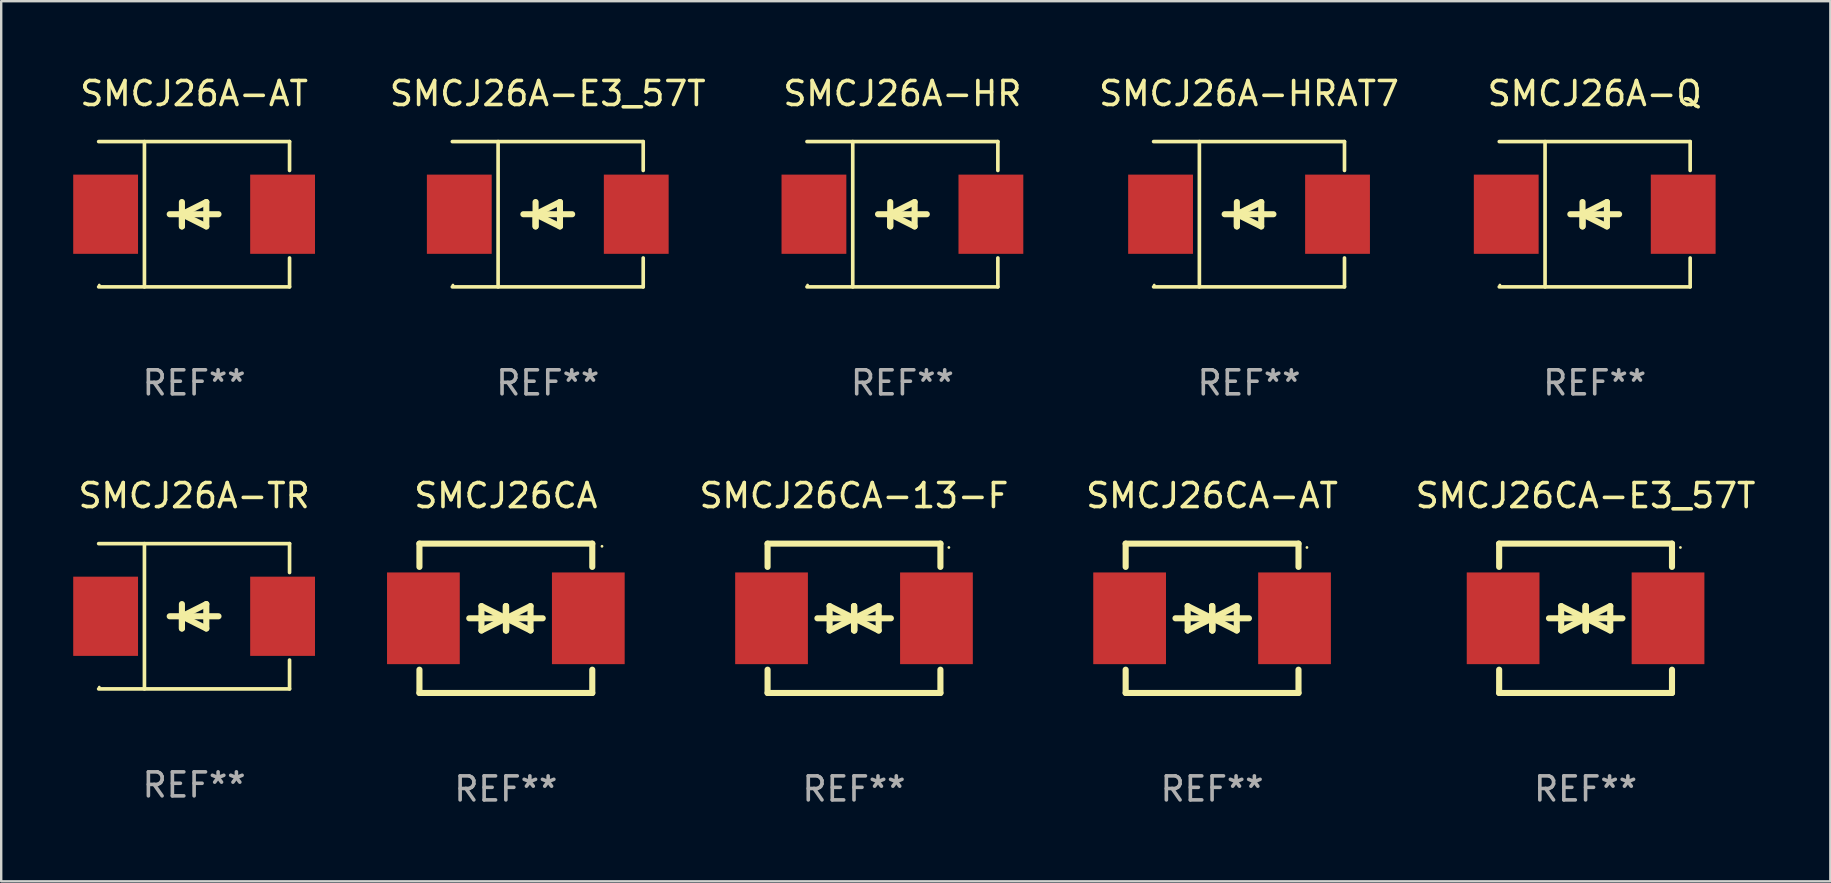
<source format=kicad_pcb>
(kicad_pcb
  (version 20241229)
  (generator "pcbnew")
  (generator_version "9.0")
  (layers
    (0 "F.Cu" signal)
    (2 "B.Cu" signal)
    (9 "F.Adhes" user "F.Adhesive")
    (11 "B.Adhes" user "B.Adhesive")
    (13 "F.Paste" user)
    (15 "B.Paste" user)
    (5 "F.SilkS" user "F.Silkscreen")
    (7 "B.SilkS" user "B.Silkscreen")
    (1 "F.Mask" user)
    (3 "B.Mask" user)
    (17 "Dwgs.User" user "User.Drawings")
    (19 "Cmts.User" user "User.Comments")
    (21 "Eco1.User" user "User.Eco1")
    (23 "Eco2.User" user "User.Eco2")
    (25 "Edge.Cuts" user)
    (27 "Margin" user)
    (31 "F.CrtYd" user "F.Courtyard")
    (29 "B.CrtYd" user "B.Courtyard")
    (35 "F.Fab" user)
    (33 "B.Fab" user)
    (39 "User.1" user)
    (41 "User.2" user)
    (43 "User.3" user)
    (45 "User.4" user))
  (footprint "SMCJ26CA-E3_57T"
    (layer "F.Cu")
    (at 63.002 22.707)
    (property "Reference" "SMCJ26CA-E3_57T" (at 0 -5.11 0) (layer "F.SilkS") (effects (font (size 1 1) (thickness 0.15))))
    (attr through_hole)
    (fp_line (start -3.6 -2.141) (end -3.6 -3.11) (stroke (width 0.254) (type solid)) (layer "F.SilkS"))
    (fp_line (start -3.6 3.11) (end -3.6 2.141) (stroke (width 0.254) (type solid)) (layer "F.SilkS"))
    (fp_line (start -1.524 0) (end 0.508 0) (stroke (width 0.254) (type solid)) (layer "F.SilkS"))
    (fp_line (start -1.016 -0.508) (end -1.016 0.508) (stroke (width 0.254) (type solid)) (layer "F.SilkS"))
    (fp_line (start -1.016 0.508) (end 0 0) (stroke (width 0.254) (type solid)) (layer "F.SilkS"))
    (fp_line (start 0 -0.508) (end 0 0.508) (stroke (width 0.254) (type solid)) (layer "F.SilkS"))
    (fp_line (start 0 0) (end -1.016 -0.508) (stroke (width 0.254) (type solid)) (layer "F.SilkS"))
    (fp_line (start 0 0) (end 0 -0.508) (stroke (width 0.254) (type solid)) (layer "F.SilkS"))
    (fp_line (start 0.012 0) (end 0.012 0.508) (stroke (width 0.254) (type solid)) (layer "F.SilkS"))
    (fp_line (start 0.012 0) (end 1.028 0.508) (stroke (width 0.254) (type solid)) (layer "F.SilkS"))
    (fp_line (start 0.012 0.508) (end 0.012 -0.508) (stroke (width 0.254) (type solid)) (layer "F.SilkS"))
    (fp_line (start 1.028 -0.508) (end 0.012 0) (stroke (width 0.254) (type solid)) (layer "F.SilkS"))
    (fp_line (start 1.028 0.508) (end 1.028 -0.508) (stroke (width 0.254) (type solid)) (layer "F.SilkS"))
    (fp_line (start 1.536 0) (end -0.496 0) (stroke (width 0.254) (type solid)) (layer "F.SilkS"))
    (fp_line (start 3.6 -3.11) (end -3.6 -3.11) (stroke (width 0.254) (type solid)) (layer "F.SilkS"))
    (fp_line (start 3.6 -2.141) (end 3.6 -3.11) (stroke (width 0.254) (type solid)) (layer "F.SilkS"))
    (fp_line (start 3.6 3.11) (end -3.6 3.11) (stroke (width 0.254) (type solid)) (layer "F.SilkS"))
    (fp_line (start 3.6 3.11) (end 3.6 2.141) (stroke (width 0.254) (type solid)) (layer "F.SilkS"))
    (fp_circle (center 3.952 -2.95) (end 3.982 -2.95) (stroke (width 0.06) (type solid)) (fill no) (layer "F.SilkS"))
    (fp_text user "REF**" (at 0 7.11 0) (layer "F.Fab") (effects (font (size 1 1) (thickness 0.15))))
    (pad "1" smd rect (at 3.435 0) (size 3.03 3.82) (layers "F.Cu" "F.Mask" "F.Paste"))
    (pad "2" smd rect (at -3.435 0) (size 3.03 3.82) (layers "F.Cu" "F.Mask" "F.Paste")))
  (footprint "SMCJ26CA"
    (layer "F.Cu")
    (at 18.023 22.707)
    (property "Reference" "SMCJ26CA" (at 0 -5.11 0) (layer "F.SilkS") (effects (font (size 1 1) (thickness 0.15))))
    (attr through_hole)
    (fp_line (start -3.6 -2.141) (end -3.6 -3.11) (stroke (width 0.254) (type solid)) (layer "F.SilkS"))
    (fp_line (start -3.6 3.11) (end -3.6 2.141) (stroke (width 0.254) (type solid)) (layer "F.SilkS"))
    (fp_line (start -1.524 0) (end 0.508 0) (stroke (width 0.254) (type solid)) (layer "F.SilkS"))
    (fp_line (start -1.016 -0.508) (end -1.016 0.508) (stroke (width 0.254) (type solid)) (layer "F.SilkS"))
    (fp_line (start -1.016 0.508) (end 0 0) (stroke (width 0.254) (type solid)) (layer "F.SilkS"))
    (fp_line (start 0 -0.508) (end 0 0.508) (stroke (width 0.254) (type solid)) (layer "F.SilkS"))
    (fp_line (start 0 0) (end -1.016 -0.508) (stroke (width 0.254) (type solid)) (layer "F.SilkS"))
    (fp_line (start 0 0) (end 0 -0.508) (stroke (width 0.254) (type solid)) (layer "F.SilkS"))
    (fp_line (start 0.012 0) (end 0.012 0.508) (stroke (width 0.254) (type solid)) (layer "F.SilkS"))
    (fp_line (start 0.012 0) (end 1.028 0.508) (stroke (width 0.254) (type solid)) (layer "F.SilkS"))
    (fp_line (start 0.012 0.508) (end 0.012 -0.508) (stroke (width 0.254) (type solid)) (layer "F.SilkS"))
    (fp_line (start 1.028 -0.508) (end 0.012 0) (stroke (width 0.254) (type solid)) (layer "F.SilkS"))
    (fp_line (start 1.028 0.508) (end 1.028 -0.508) (stroke (width 0.254) (type solid)) (layer "F.SilkS"))
    (fp_line (start 1.536 0) (end -0.496 0) (stroke (width 0.254) (type solid)) (layer "F.SilkS"))
    (fp_line (start 3.6 -3.11) (end -3.6 -3.11) (stroke (width 0.254) (type solid)) (layer "F.SilkS"))
    (fp_line (start 3.6 -2.141) (end 3.6 -3.11) (stroke (width 0.254) (type solid)) (layer "F.SilkS"))
    (fp_line (start 3.6 3.11) (end -3.6 3.11) (stroke (width 0.254) (type solid)) (layer "F.SilkS"))
    (fp_line (start 3.6 3.11) (end 3.6 2.141) (stroke (width 0.254) (type solid)) (layer "F.SilkS"))
    (fp_circle (center 4.005 -3) (end 4.035 -3) (stroke (width 0.06) (type solid)) (fill no) (layer "F.SilkS"))
    (fp_text user "REF**" (at 0 7.11 0) (layer "F.Fab") (effects (font (size 1 1) (thickness 0.15))))
    (pad "1" smd rect (at 3.435 0) (size 3.03 3.82) (layers "F.Cu" "F.Mask" "F.Paste"))
    (pad "2" smd rect (at -3.435 0) (size 3.03 3.82) (layers "F.Cu" "F.Mask" "F.Paste")))
  (footprint "SMCJ26A-TR"
    (layer "F.Cu")
    (at 5.036 22.623)
    (property "Reference" "SMCJ26A-TR" (at 0 -5.026 0) (layer "F.SilkS") (effects (font (size 1 1) (thickness 0.15))))
    (attr through_hole)
    (fp_line (start -3.976 -3.026) (end 3.976 -3.026) (stroke (width 0.152) (type solid)) (layer "F.SilkS"))
    (fp_line (start -3.976 3.026) (end 3.976 3.026) (stroke (width 0.152) (type solid)) (layer "F.SilkS"))
    (fp_line (start -2.069 -3.026) (end -2.069 3.026) (stroke (width 0.152) (type solid)) (layer "F.SilkS"))
    (fp_line (start -0.508 0) (end -0.508 0.508) (stroke (width 0.254) (type solid)) (layer "F.SilkS"))
    (fp_line (start -0.508 0) (end 0.508 0.508) (stroke (width 0.254) (type solid)) (layer "F.SilkS"))
    (fp_line (start -0.508 0.508) (end -0.508 -0.508) (stroke (width 0.254) (type solid)) (layer "F.SilkS"))
    (fp_line (start 0.508 -0.508) (end -0.508 0) (stroke (width 0.254) (type solid)) (layer "F.SilkS"))
    (fp_line (start 0.508 0.508) (end 0.508 -0.508) (stroke (width 0.254) (type solid)) (layer "F.SilkS"))
    (fp_line (start 1.016 0) (end -1.016 0) (stroke (width 0.254) (type solid)) (layer "F.SilkS"))
    (fp_line (start 3.976 -3.026) (end 3.976 -1.823) (stroke (width 0.152) (type solid)) (layer "F.SilkS"))
    (fp_line (start 3.976 3.026) (end 3.976 1.823) (stroke (width 0.152) (type solid)) (layer "F.SilkS"))
    (fp_circle (center -3.95 2.95) (end -3.92 2.95) (stroke (width 0.06) (type solid)) (fill no) (layer "F.SilkS"))
    (fp_text user "REF**" (at 0 7.026 0) (layer "F.Fab") (effects (font (size 1 1) (thickness 0.15))))
    (pad "1" smd rect (at -3.686 0) (size 2.7 3.3) (layers "F.Cu" "F.Mask" "F.Paste"))
    (pad "2" smd rect (at 3.686 0) (size 2.7 3.3) (layers "F.Cu" "F.Mask" "F.Paste")))
  (footprint "SMCJ26CA-AT"
    (layer "F.Cu")
    (at 47.443 22.707)
    (property "Reference" "SMCJ26CA-AT" (at 0 -5.11 0) (layer "F.SilkS") (effects (font (size 1 1) (thickness 0.15))))
    (attr through_hole)
    (fp_line (start -3.6 -2.141) (end -3.6 -3.11) (stroke (width 0.254) (type solid)) (layer "F.SilkS"))
    (fp_line (start -3.6 3.11) (end -3.6 2.141) (stroke (width 0.254) (type solid)) (layer "F.SilkS"))
    (fp_line (start -1.524 0) (end 0.508 0) (stroke (width 0.254) (type solid)) (layer "F.SilkS"))
    (fp_line (start -1.016 -0.508) (end -1.016 0.508) (stroke (width 0.254) (type solid)) (layer "F.SilkS"))
    (fp_line (start -1.016 0.508) (end 0 0) (stroke (width 0.254) (type solid)) (layer "F.SilkS"))
    (fp_line (start 0 -0.508) (end 0 0.508) (stroke (width 0.254) (type solid)) (layer "F.SilkS"))
    (fp_line (start 0 0) (end -1.016 -0.508) (stroke (width 0.254) (type solid)) (layer "F.SilkS"))
    (fp_line (start 0 0) (end 0 -0.508) (stroke (width 0.254) (type solid)) (layer "F.SilkS"))
    (fp_line (start 0.012 0) (end 0.012 0.508) (stroke (width 0.254) (type solid)) (layer "F.SilkS"))
    (fp_line (start 0.012 0) (end 1.028 0.508) (stroke (width 0.254) (type solid)) (layer "F.SilkS"))
    (fp_line (start 0.012 0.508) (end 0.012 -0.508) (stroke (width 0.254) (type solid)) (layer "F.SilkS"))
    (fp_line (start 1.028 -0.508) (end 0.012 0) (stroke (width 0.254) (type solid)) (layer "F.SilkS"))
    (fp_line (start 1.028 0.508) (end 1.028 -0.508) (stroke (width 0.254) (type solid)) (layer "F.SilkS"))
    (fp_line (start 1.536 0) (end -0.496 0) (stroke (width 0.254) (type solid)) (layer "F.SilkS"))
    (fp_line (start 3.6 -3.11) (end -3.6 -3.11) (stroke (width 0.254) (type solid)) (layer "F.SilkS"))
    (fp_line (start 3.6 -2.141) (end 3.6 -3.11) (stroke (width 0.254) (type solid)) (layer "F.SilkS"))
    (fp_line (start 3.6 3.11) (end -3.6 3.11) (stroke (width 0.254) (type solid)) (layer "F.SilkS"))
    (fp_line (start 3.6 3.11) (end 3.6 2.141) (stroke (width 0.254) (type solid)) (layer "F.SilkS"))
    (fp_circle (center 3.952 -2.95) (end 3.982 -2.95) (stroke (width 0.06) (type solid)) (fill no) (layer "F.SilkS"))
    (fp_text user "REF**" (at 0 7.11 0) (layer "F.Fab") (effects (font (size 1 1) (thickness 0.15))))
    (pad "1" smd rect (at 3.435 0) (size 3.03 3.82) (layers "F.Cu" "F.Mask" "F.Paste"))
    (pad "2" smd rect (at -3.435 0) (size 3.03 3.82) (layers "F.Cu" "F.Mask" "F.Paste")))
  (footprint "SMCJ26A-AT"
    (layer "F.Cu")
    (at 5.036 5.874)
    (property "Reference" "SMCJ26A-AT" (at 0 -5.026 0) (layer "F.SilkS") (effects (font (size 1 1) (thickness 0.15))))
    (attr through_hole)
    (fp_line (start -3.976 -3.026) (end 3.976 -3.026) (stroke (width 0.152) (type solid)) (layer "F.SilkS"))
    (fp_line (start -3.976 3.026) (end 3.976 3.026) (stroke (width 0.152) (type solid)) (layer "F.SilkS"))
    (fp_line (start -2.069 -3.026) (end -2.069 3.026) (stroke (width 0.152) (type solid)) (layer "F.SilkS"))
    (fp_line (start -0.508 0) (end -0.508 0.508) (stroke (width 0.254) (type solid)) (layer "F.SilkS"))
    (fp_line (start -0.508 0) (end 0.508 0.508) (stroke (width 0.254) (type solid)) (layer "F.SilkS"))
    (fp_line (start -0.508 0.508) (end -0.508 -0.508) (stroke (width 0.254) (type solid)) (layer "F.SilkS"))
    (fp_line (start 0.508 -0.508) (end -0.508 0) (stroke (width 0.254) (type solid)) (layer "F.SilkS"))
    (fp_line (start 0.508 0.508) (end 0.508 -0.508) (stroke (width 0.254) (type solid)) (layer "F.SilkS"))
    (fp_line (start 1.016 0) (end -1.016 0) (stroke (width 0.254) (type solid)) (layer "F.SilkS"))
    (fp_line (start 3.976 -3.026) (end 3.976 -1.823) (stroke (width 0.152) (type solid)) (layer "F.SilkS"))
    (fp_line (start 3.976 3.026) (end 3.976 1.823) (stroke (width 0.152) (type solid)) (layer "F.SilkS"))
    (fp_circle (center -3.95 2.95) (end -3.92 2.95) (stroke (width 0.06) (type solid)) (fill no) (layer "F.SilkS"))
    (fp_text user "REF**" (at 0 7.026 0) (layer "F.Fab") (effects (font (size 1 1) (thickness 0.15))))
    (pad "1" smd rect (at -3.686 0) (size 2.7 3.3) (layers "F.Cu" "F.Mask" "F.Paste"))
    (pad "2" smd rect (at 3.686 0) (size 2.7 3.3) (layers "F.Cu" "F.Mask" "F.Paste")))
  (footprint "SMCJ26A-Q"
    (layer "F.Cu")
    (at 63.383 5.874)
    (property "Reference" "SMCJ26A-Q" (at 0 -5.026 0) (layer "F.SilkS") (effects (font (size 1 1) (thickness 0.15))))
    (attr through_hole)
    (fp_line (start -3.976 -3.026) (end 3.976 -3.026) (stroke (width 0.152) (type solid)) (layer "F.SilkS"))
    (fp_line (start -3.976 3.026) (end 3.976 3.026) (stroke (width 0.152) (type solid)) (layer "F.SilkS"))
    (fp_line (start -2.069 -3.026) (end -2.069 3.026) (stroke (width 0.152) (type solid)) (layer "F.SilkS"))
    (fp_line (start -0.508 0) (end -0.508 0.508) (stroke (width 0.254) (type solid)) (layer "F.SilkS"))
    (fp_line (start -0.508 0) (end 0.508 0.508) (stroke (width 0.254) (type solid)) (layer "F.SilkS"))
    (fp_line (start -0.508 0.508) (end -0.508 -0.508) (stroke (width 0.254) (type solid)) (layer "F.SilkS"))
    (fp_line (start 0.508 -0.508) (end -0.508 0) (stroke (width 0.254) (type solid)) (layer "F.SilkS"))
    (fp_line (start 0.508 0.508) (end 0.508 -0.508) (stroke (width 0.254) (type solid)) (layer "F.SilkS"))
    (fp_line (start 1.016 0) (end -1.016 0) (stroke (width 0.254) (type solid)) (layer "F.SilkS"))
    (fp_line (start 3.976 -3.026) (end 3.976 -1.823) (stroke (width 0.152) (type solid)) (layer "F.SilkS"))
    (fp_line (start 3.976 3.026) (end 3.976 1.823) (stroke (width 0.152) (type solid)) (layer "F.SilkS"))
    (fp_circle (center -3.95 2.95) (end -3.92 2.95) (stroke (width 0.06) (type solid)) (fill no) (layer "F.SilkS"))
    (fp_text user "REF**" (at 0 7.026 0) (layer "F.Fab") (effects (font (size 1 1) (thickness 0.15))))
    (pad "1" smd rect (at -3.686 0) (size 2.7 3.3) (layers "F.Cu" "F.Mask" "F.Paste"))
    (pad "2" smd rect (at 3.686 0) (size 2.7 3.3) (layers "F.Cu" "F.Mask" "F.Paste")))
  (footprint "SMCJ26CA-13-F"
    (layer "F.Cu")
    (at 32.526 22.707)
    (property "Reference" "SMCJ26CA-13-F" (at 0 -5.11 0) (layer "F.SilkS") (effects (font (size 1 1) (thickness 0.15))))
    (attr through_hole)
    (fp_line (start -3.6 -2.141) (end -3.6 -3.11) (stroke (width 0.254) (type solid)) (layer "F.SilkS"))
    (fp_line (start -3.6 3.11) (end -3.6 2.141) (stroke (width 0.254) (type solid)) (layer "F.SilkS"))
    (fp_line (start -1.524 0) (end 0.508 0) (stroke (width 0.254) (type solid)) (layer "F.SilkS"))
    (fp_line (start -1.016 -0.508) (end -1.016 0.508) (stroke (width 0.254) (type solid)) (layer "F.SilkS"))
    (fp_line (start -1.016 0.508) (end 0 0) (stroke (width 0.254) (type solid)) (layer "F.SilkS"))
    (fp_line (start 0 -0.508) (end 0 0.508) (stroke (width 0.254) (type solid)) (layer "F.SilkS"))
    (fp_line (start 0 0) (end -1.016 -0.508) (stroke (width 0.254) (type solid)) (layer "F.SilkS"))
    (fp_line (start 0 0) (end 0 -0.508) (stroke (width 0.254) (type solid)) (layer "F.SilkS"))
    (fp_line (start 0.012 0) (end 0.012 0.508) (stroke (width 0.254) (type solid)) (layer "F.SilkS"))
    (fp_line (start 0.012 0) (end 1.028 0.508) (stroke (width 0.254) (type solid)) (layer "F.SilkS"))
    (fp_line (start 0.012 0.508) (end 0.012 -0.508) (stroke (width 0.254) (type solid)) (layer "F.SilkS"))
    (fp_line (start 1.028 -0.508) (end 0.012 0) (stroke (width 0.254) (type solid)) (layer "F.SilkS"))
    (fp_line (start 1.028 0.508) (end 1.028 -0.508) (stroke (width 0.254) (type solid)) (layer "F.SilkS"))
    (fp_line (start 1.536 0) (end -0.496 0) (stroke (width 0.254) (type solid)) (layer "F.SilkS"))
    (fp_line (start 3.6 -3.11) (end -3.6 -3.11) (stroke (width 0.254) (type solid)) (layer "F.SilkS"))
    (fp_line (start 3.6 -2.141) (end 3.6 -3.11) (stroke (width 0.254) (type solid)) (layer "F.SilkS"))
    (fp_line (start 3.6 3.11) (end -3.6 3.11) (stroke (width 0.254) (type solid)) (layer "F.SilkS"))
    (fp_line (start 3.6 3.11) (end 3.6 2.141) (stroke (width 0.254) (type solid)) (layer "F.SilkS"))
    (fp_circle (center 3.952 -2.95) (end 3.982 -2.95) (stroke (width 0.06) (type solid)) (fill no) (layer "F.SilkS"))
    (fp_text user "REF**" (at 0 7.11 0) (layer "F.Fab") (effects (font (size 1 1) (thickness 0.15))))
    (pad "1" smd rect (at 3.435 0) (size 3.03 3.82) (layers "F.Cu" "F.Mask" "F.Paste"))
    (pad "2" smd rect (at -3.435 0) (size 3.03 3.82) (layers "F.Cu" "F.Mask" "F.Paste")))
  (footprint "SMCJ26A-HR"
    (layer "F.Cu")
    (at 34.543 5.874)
    (property "Reference" "SMCJ26A-HR" (at 0 -5.026 0) (layer "F.SilkS") (effects (font (size 1 1) (thickness 0.15))))
    (attr through_hole)
    (fp_line (start -3.976 -3.026) (end 3.976 -3.026) (stroke (width 0.152) (type solid)) (layer "F.SilkS"))
    (fp_line (start -3.976 3.026) (end 3.976 3.026) (stroke (width 0.152) (type solid)) (layer "F.SilkS"))
    (fp_line (start -2.069 -3.026) (end -2.069 3.026) (stroke (width 0.152) (type solid)) (layer "F.SilkS"))
    (fp_line (start -0.508 0) (end -0.508 0.508) (stroke (width 0.254) (type solid)) (layer "F.SilkS"))
    (fp_line (start -0.508 0) (end 0.508 0.508) (stroke (width 0.254) (type solid)) (layer "F.SilkS"))
    (fp_line (start -0.508 0.508) (end -0.508 -0.508) (stroke (width 0.254) (type solid)) (layer "F.SilkS"))
    (fp_line (start 0.508 -0.508) (end -0.508 0) (stroke (width 0.254) (type solid)) (layer "F.SilkS"))
    (fp_line (start 0.508 0.508) (end 0.508 -0.508) (stroke (width 0.254) (type solid)) (layer "F.SilkS"))
    (fp_line (start 1.016 0) (end -1.016 0) (stroke (width 0.254) (type solid)) (layer "F.SilkS"))
    (fp_line (start 3.976 -3.026) (end 3.976 -1.823) (stroke (width 0.152) (type solid)) (layer "F.SilkS"))
    (fp_line (start 3.976 3.026) (end 3.976 1.823) (stroke (width 0.152) (type solid)) (layer "F.SilkS"))
    (fp_circle (center -3.95 2.95) (end -3.92 2.95) (stroke (width 0.06) (type solid)) (fill no) (layer "F.SilkS"))
    (fp_text user "REF**" (at 0 7.026 0) (layer "F.Fab") (effects (font (size 1 1) (thickness 0.15))))
    (pad "1" smd rect (at -3.686 0) (size 2.7 3.3) (layers "F.Cu" "F.Mask" "F.Paste"))
    (pad "2" smd rect (at 3.686 0) (size 2.7 3.3) (layers "F.Cu" "F.Mask" "F.Paste")))
  (footprint "SMCJ26A-E3_57T"
    (layer "F.Cu")
    (at 19.769 5.874)
    (property "Reference" "SMCJ26A-E3_57T" (at 0 -5.026 0) (layer "F.SilkS") (effects (font (size 1 1) (thickness 0.15))))
    (attr through_hole)
    (fp_line (start -3.976 -3.026) (end 3.976 -3.026) (stroke (width 0.152) (type solid)) (layer "F.SilkS"))
    (fp_line (start -3.976 3.026) (end 3.976 3.026) (stroke (width 0.152) (type solid)) (layer "F.SilkS"))
    (fp_line (start -2.069 -3.026) (end -2.069 3.026) (stroke (width 0.152) (type solid)) (layer "F.SilkS"))
    (fp_line (start -0.508 0) (end -0.508 0.508) (stroke (width 0.254) (type solid)) (layer "F.SilkS"))
    (fp_line (start -0.508 0) (end 0.508 0.508) (stroke (width 0.254) (type solid)) (layer "F.SilkS"))
    (fp_line (start -0.508 0.508) (end -0.508 -0.508) (stroke (width 0.254) (type solid)) (layer "F.SilkS"))
    (fp_line (start 0.508 -0.508) (end -0.508 0) (stroke (width 0.254) (type solid)) (layer "F.SilkS"))
    (fp_line (start 0.508 0.508) (end 0.508 -0.508) (stroke (width 0.254) (type solid)) (layer "F.SilkS"))
    (fp_line (start 1.016 0) (end -1.016 0) (stroke (width 0.254) (type solid)) (layer "F.SilkS"))
    (fp_line (start 3.976 -3.026) (end 3.976 -1.823) (stroke (width 0.152) (type solid)) (layer "F.SilkS"))
    (fp_line (start 3.976 3.026) (end 3.976 1.823) (stroke (width 0.152) (type solid)) (layer "F.SilkS"))
    (fp_circle (center -3.95 2.95) (end -3.92 2.95) (stroke (width 0.06) (type solid)) (fill no) (layer "F.SilkS"))
    (fp_text user "REF**" (at 0 7.026 0) (layer "F.Fab") (effects (font (size 1 1) (thickness 0.15))))
    (pad "1" smd rect (at -3.686 0) (size 2.7 3.3) (layers "F.Cu" "F.Mask" "F.Paste"))
    (pad "2" smd rect (at 3.686 0) (size 2.7 3.3) (layers "F.Cu" "F.Mask" "F.Paste")))
  (footprint "SMCJ26A-HRAT7"
    (layer "F.Cu")
    (at 48.983 5.874)
    (property "Reference" "SMCJ26A-HRAT7" (at 0 -5.026 0) (layer "F.SilkS") (effects (font (size 1 1) (thickness 0.15))))
    (attr through_hole)
    (fp_line (start -3.976 -3.026) (end 3.976 -3.026) (stroke (width 0.152) (type solid)) (layer "F.SilkS"))
    (fp_line (start -3.976 3.026) (end 3.976 3.026) (stroke (width 0.152) (type solid)) (layer "F.SilkS"))
    (fp_line (start -2.069 -3.026) (end -2.069 3.026) (stroke (width 0.152) (type solid)) (layer "F.SilkS"))
    (fp_line (start -0.508 0) (end -0.508 0.508) (stroke (width 0.254) (type solid)) (layer "F.SilkS"))
    (fp_line (start -0.508 0) (end 0.508 0.508) (stroke (width 0.254) (type solid)) (layer "F.SilkS"))
    (fp_line (start -0.508 0.508) (end -0.508 -0.508) (stroke (width 0.254) (type solid)) (layer "F.SilkS"))
    (fp_line (start 0.508 -0.508) (end -0.508 0) (stroke (width 0.254) (type solid)) (layer "F.SilkS"))
    (fp_line (start 0.508 0.508) (end 0.508 -0.508) (stroke (width 0.254) (type solid)) (layer "F.SilkS"))
    (fp_line (start 1.016 0) (end -1.016 0) (stroke (width 0.254) (type solid)) (layer "F.SilkS"))
    (fp_line (start 3.976 -3.026) (end 3.976 -1.823) (stroke (width 0.152) (type solid)) (layer "F.SilkS"))
    (fp_line (start 3.976 3.026) (end 3.976 1.823) (stroke (width 0.152) (type solid)) (layer "F.SilkS"))
    (fp_circle (center -3.95 2.95) (end -3.92 2.95) (stroke (width 0.06) (type solid)) (fill no) (layer "F.SilkS"))
    (fp_text user "REF**" (at 0 7.026 0) (layer "F.Fab") (effects (font (size 1 1) (thickness 0.15))))
    (pad "1" smd rect (at -3.686 0) (size 2.7 3.3) (layers "F.Cu" "F.Mask" "F.Paste"))
    (pad "2" smd rect (at 3.686 0) (size 2.7 3.3) (layers "F.Cu" "F.Mask" "F.Paste")))
  (gr_rect
    (start -3 -3)
    (end 73.199 33.665)
    (stroke (width 0.1) (type default))
    (fill no)
    (layer "Edge.Cuts")))
</source>
